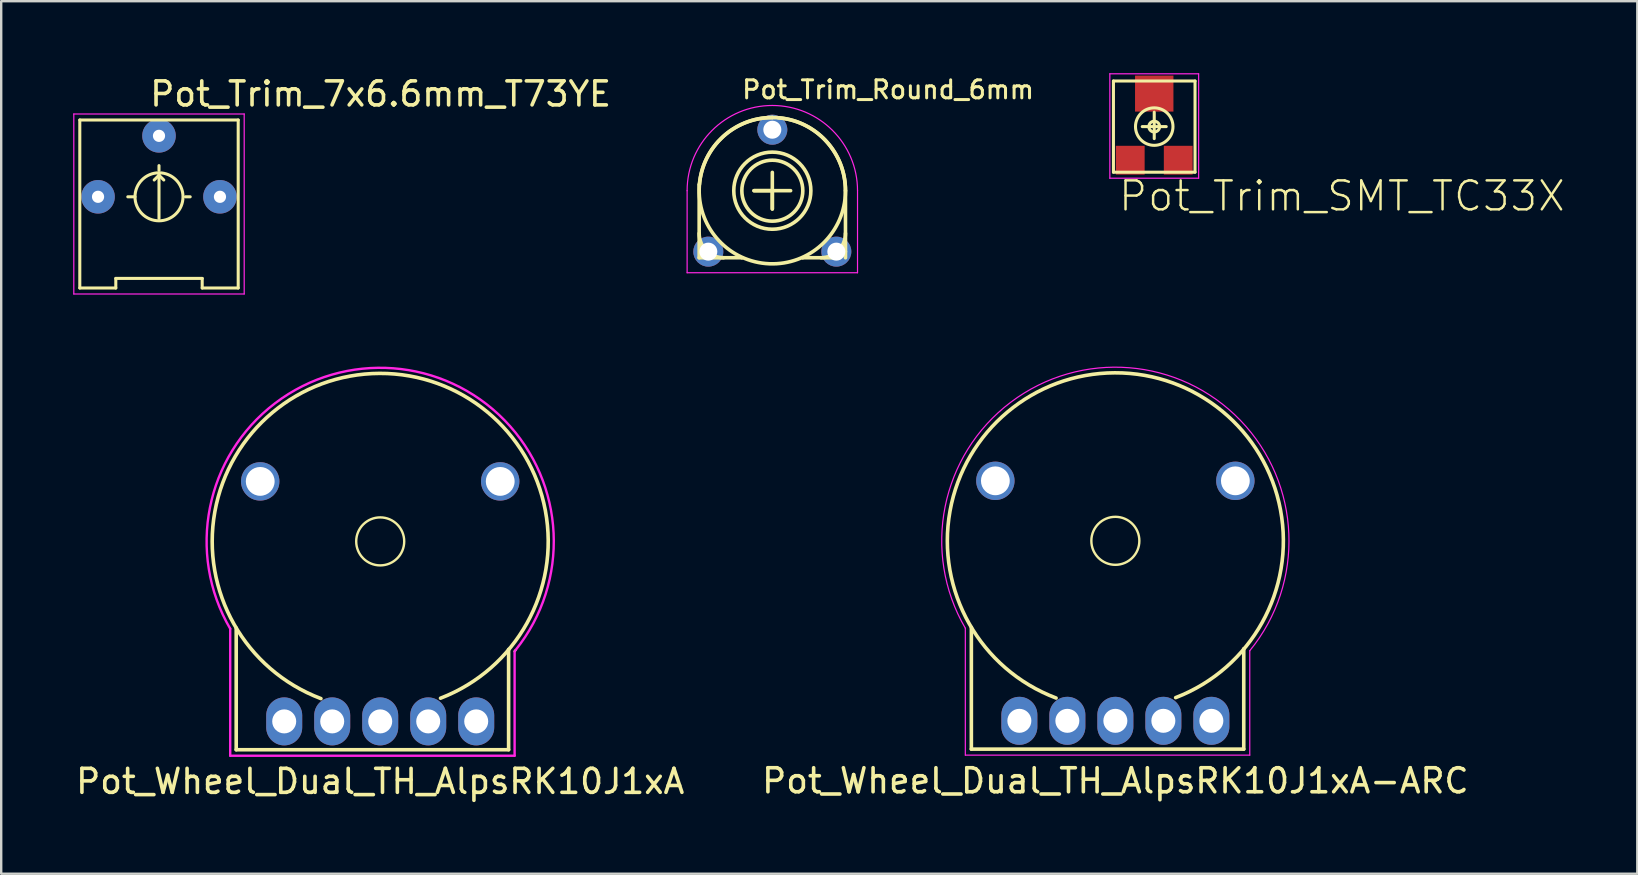
<source format=kicad_pcb>
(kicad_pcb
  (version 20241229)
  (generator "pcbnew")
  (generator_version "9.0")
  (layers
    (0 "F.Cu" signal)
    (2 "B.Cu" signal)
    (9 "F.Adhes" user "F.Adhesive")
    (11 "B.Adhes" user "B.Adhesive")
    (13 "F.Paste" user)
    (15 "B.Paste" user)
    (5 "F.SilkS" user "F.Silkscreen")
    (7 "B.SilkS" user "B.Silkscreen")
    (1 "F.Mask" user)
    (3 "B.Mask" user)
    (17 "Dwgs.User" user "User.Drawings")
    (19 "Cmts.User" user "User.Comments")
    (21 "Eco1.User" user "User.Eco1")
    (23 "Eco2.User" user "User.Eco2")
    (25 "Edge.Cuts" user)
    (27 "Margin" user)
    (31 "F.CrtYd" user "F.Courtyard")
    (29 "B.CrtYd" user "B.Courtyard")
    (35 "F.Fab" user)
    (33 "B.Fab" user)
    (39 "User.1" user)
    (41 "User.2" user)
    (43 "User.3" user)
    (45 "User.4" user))
  (footprint "Pot_Trim_Round_6mm"
    (layer "F.Cu")
    (at 29.13 4.895)
    (property "Reference" "Pot_Trim_Round_6mm" (at -1.33 -3.77 0) (layer "F.SilkS") (effects (font (size 0.75 0.75) (thickness 0.125)) (justify left bottom)))
    (attr through_hole)
    (fp_line (start -3.048 2.794) (end -3.048 -0.254) (stroke (width 0.15) (type solid)) (layer "F.SilkS"))
    (fp_line (start -3.048 2.794) (end -1.27 2.794) (stroke (width 0.15) (type solid)) (layer "F.SilkS"))
    (fp_line (start -1.27 2.794) (end -1.27 2.794) (stroke (width 0.15) (type solid)) (layer "F.SilkS"))
    (fp_line (start -0.762 0) (end 0.762 0) (stroke (width 0.15) (type solid)) (layer "F.SilkS"))
    (fp_line (start 0 -0.762) (end 0 0.762) (stroke (width 0.15) (type solid)) (layer "F.SilkS"))
    (fp_line (start 0 0) (end -0.762 0) (stroke (width 0.15) (type solid)) (layer "F.SilkS"))
    (fp_line (start 0 0.762) (end 0 0) (stroke (width 0.15) (type solid)) (layer "F.SilkS"))
    (fp_line (start 1.27 2.794) (end 1.27 2.794) (stroke (width 0.15) (type solid)) (layer "F.SilkS"))
    (fp_line (start 2.794 2.794) (end 1.27 2.794) (stroke (width 0.15) (type solid)) (layer "F.SilkS"))
    (fp_line (start 3.048 0) (end 3.048 2.54) (stroke (width 0.15) (type solid)) (layer "F.SilkS"))
    (fp_line (start 3.048 2.54) (end 3.048 2.794) (stroke (width 0.15) (type solid)) (layer "F.SilkS"))
    (fp_arc (start -3.037471 -0.253123) (mid -2.063829 -2.242969) (end 0 -3.048) (stroke (width 0.15) (type solid)) (layer "F.SilkS"))
    (fp_arc (start -2.032 2.794) (mid -2.75042 2.49642) (end -3.048 1.778) (stroke (width 0.15) (type solid)) (layer "F.SilkS"))
    (fp_arc (start 0 -3.048) (mid 2.155261 -2.155261) (end 3.048 0) (stroke (width 0.15) (type solid)) (layer "F.SilkS"))
    (fp_arc (start 0.253123 -3.037471) (mid -0.126671 3.045366) (end 0 -3.048) (stroke (width 0.15) (type solid)) (layer "F.SilkS"))
    (fp_arc (start 3.048 1.778) (mid 2.75042 2.49642) (end 2.032 2.794) (stroke (width 0.15) (type solid)) (layer "F.SilkS"))
    (fp_circle (center 0 0) (end 0.508 1.524) (stroke (width 0.15) (type solid)) (fill no) (layer "F.SilkS"))
    (fp_circle (center 0 0) (end 0.762 1.016) (stroke (width 0.15) (type solid)) (fill no) (layer "F.SilkS"))
    (fp_line (start -3.55 3.42) (end -3.55 0) (stroke (width 0.05) (type solid)) (layer "F.CrtYd"))
    (fp_line (start -3.55 3.42) (end 3.55 3.42) (stroke (width 0.05) (type solid)) (layer "F.CrtYd"))
    (fp_line (start 3.55 3.42) (end 3.55 0) (stroke (width 0.05) (type solid)) (layer "F.CrtYd"))
    (fp_arc (start -3.55 0) (mid 0 -3.55) (end 3.55 0) (stroke (width 0.05) (type solid)) (layer "F.CrtYd"))
    (pad "1" thru_hole circle (at -2.667 2.54) (size 1.25 1.25) (drill 0.75) (layers "*.Cu" "*.Mask"))
    (pad "2" thru_hole circle (at 0 -2.54) (size 1.25 1.25) (drill 0.75) (layers "*.Cu" "*.Mask"))
    (pad "3" thru_hole circle (at 2.667 2.54) (size 1.25 1.25) (drill 0.75) (layers "*.Cu" "*.Mask")))
  (footprint "Pot_Trim_7x6.6mm_T73YE"
    (layer "F.Cu")
    (at 3.575 5.15)
    (property "Reference" "Pot_Trim_7x6.6mm_T73YE" (at -0.46 -3.7 0) (layer "F.SilkS") (effects (font (size 1 1) (thickness 0.15)) (justify left bottom)))
    (attr through_hole)
    (fp_line (start -3.3 -3.2) (end -3.3 3.8) (stroke (width 0.127) (type solid)) (layer "F.SilkS"))
    (fp_line (start -3.3 3.8) (end -1.8 3.8) (stroke (width 0.127) (type solid)) (layer "F.SilkS"))
    (fp_line (start -1.8 3.4) (end 1.8 3.4) (stroke (width 0.127) (type solid)) (layer "F.SilkS"))
    (fp_line (start -1.8 3.8) (end -1.8 3.4) (stroke (width 0.127) (type solid)) (layer "F.SilkS"))
    (fp_line (start -1 0) (end -1.3 0) (stroke (width 0.127) (type solid)) (layer "F.SilkS"))
    (fp_line (start 0 -1.1) (end 0 -1.3) (stroke (width 0.127) (type solid)) (layer "F.SilkS"))
    (fp_line (start 0 -0.9) (end -0.2 -0.7) (stroke (width 0.127) (type solid)) (layer "F.SilkS"))
    (fp_line (start 0 -0.9) (end 0.2 -0.7) (stroke (width 0.127) (type solid)) (layer "F.SilkS"))
    (fp_line (start 0 0.9) (end 0 -0.9) (stroke (width 0.127) (type solid)) (layer "F.SilkS"))
    (fp_line (start 1.1 0) (end 1.3 0) (stroke (width 0.127) (type solid)) (layer "F.SilkS"))
    (fp_line (start 1.8 3.4) (end 1.8 3.8) (stroke (width 0.127) (type solid)) (layer "F.SilkS"))
    (fp_line (start 1.8 3.8) (end 3.3 3.8) (stroke (width 0.127) (type solid)) (layer "F.SilkS"))
    (fp_line (start 3.3 -3.2) (end -3.3 -3.2) (stroke (width 0.127) (type solid)) (layer "F.SilkS"))
    (fp_line (start 3.3 3.8) (end 3.3 -3.2) (stroke (width 0.127) (type solid)) (layer "F.SilkS"))
    (fp_circle (center 0 0) (end 1 0) (stroke (width 0.127) (type solid)) (fill no) (layer "F.SilkS"))
    (fp_line (start -3.55 -3.45) (end -3.55 4.05) (stroke (width 0.05) (type solid)) (layer "F.CrtYd"))
    (fp_line (start -3.55 4.05) (end 3.55 4.05) (stroke (width 0.05) (type solid)) (layer "F.CrtYd"))
    (fp_line (start 3.55 -3.45) (end -3.55 -3.45) (stroke (width 0.05) (type solid)) (layer "F.CrtYd"))
    (fp_line (start 3.55 4.05) (end 3.55 -3.45) (stroke (width 0.05) (type solid)) (layer "F.CrtYd"))
    (pad "1" thru_hole circle (at -2.54 0) (size 1.397 1.397) (drill 0.508) (layers "*.Cu" "*.Mask"))
    (pad "2" thru_hole circle (at 0 -2.54) (size 1.397 1.397) (drill 0.508) (layers "*.Cu" "*.Mask"))
    (pad "3" thru_hole circle (at 2.54 0) (size 1.397 1.397) (drill 0.508) (layers "*.Cu" "*.Mask")))
  (footprint "Pot_Wheel_Dual_TH_AlpsRK10J1xA"
    (layer "F.Cu")
    (at 12.792 19.508)
    (property "Reference" "Pot_Wheel_Dual_TH_AlpsRK10J1xA" (at 0 10 0) (layer "F.SilkS") (effects (font (size 1 1) (thickness 0.15))))
    (attr through_hole)
    (fp_line (start -6 8.68) (end -6 3.609) (stroke (width 0.15) (type solid)) (layer "F.SilkS"))
    (fp_line (start 5.35 4.5) (end 5.35 8.68) (stroke (width 0.15) (type solid)) (layer "F.SilkS"))
    (fp_line (start 5.35 8.68) (end -6 8.68) (stroke (width 0.15) (type solid)) (layer "F.SilkS"))
    (fp_line (start 5.6 4.58) (end 5.639 4.531) (stroke (width 0.1) (type solid)) (layer "F.SilkS"))
    (fp_arc (start -2.469999 6.549999) (mid -0.023041 -7.000204) (end 2.513063 6.533598) (stroke (width 0.15) (type solid)) (layer "F.SilkS"))
    (fp_circle (center 0 0) (end 1 0) (stroke (width 0.1) (type solid)) (fill no) (layer "F.SilkS"))
    (fp_line (start -6.25 8.93) (end -6.25 3.64) (stroke (width 0.1) (type solid)) (layer "F.CrtYd"))
    (fp_line (start 5.6 4.58) (end 5.6 8.93) (stroke (width 0.1) (type solid)) (layer "F.CrtYd"))
    (fp_line (start 5.6 8.93) (end -6.25 8.93) (stroke (width 0.1) (type solid)) (layer "F.CrtYd"))
    (fp_arc (start -6.25 3.64) (mid 0.54022 -7.212507) (end 5.638032 4.530418) (stroke (width 0.1) (type solid)) (layer "F.CrtYd"))
    (pad "" thru_hole oval (at -5 -2.5) (size 1.6 1.6) (drill 1.2) (layers "*.Cu" "*.Mask"))
    (pad "" thru_hole oval (at 5 -2.5) (size 1.6 1.6) (drill 1.2) (layers "*.Cu" "*.Mask"))
    (pad "1" thru_hole oval (at -4 7.5) (size 1.5 2) (drill 1) (layers "*.Cu" "*.Mask"))
    (pad "2" thru_hole oval (at -2 7.5) (size 1.5 2) (drill 1) (layers "*.Cu" "*.Mask"))
    (pad "3" thru_hole oval (at 0 7.5) (size 1.5 2) (drill 1) (layers "*.Cu" "*.Mask"))
    (pad "4" thru_hole oval (at 2 7.5) (size 1.5 2) (drill 1) (layers "*.Cu" "*.Mask"))
    (pad "5" thru_hole oval (at 4 7.5) (size 1.5 2) (drill 1) (layers "*.Cu" "*.Mask")))
  (footprint "Pot_Trim_SMT_TC33X"
    (layer "F.Cu")
    (at 45.043 2.225)
    (property "Reference" "Pot_Trim_SMT_TC33X" (at -1.55 3.6 0) (layer "F.SilkS") (effects (font (size 1.206 1.206) (thickness 0.102)) (justify left bottom)))
    (attr through_hole)
    (fp_line (start -1.7 -1.9) (end 1.7 -1.9) (stroke (width 0.127) (type solid)) (layer "F.SilkS"))
    (fp_line (start -1.7 1.9) (end -1.7 -1.9) (stroke (width 0.127) (type solid)) (layer "F.SilkS"))
    (fp_line (start -0.5 0) (end 0.5 0) (stroke (width 0.127) (type solid)) (layer "F.SilkS"))
    (fp_line (start 0 -0.6) (end 0 0.5) (stroke (width 0.127) (type solid)) (layer "F.SilkS"))
    (fp_line (start 1.7 -1.9) (end 1.7 1.9) (stroke (width 0.127) (type solid)) (layer "F.SilkS"))
    (fp_line (start 1.7 1.9) (end -1.7 1.9) (stroke (width 0.127) (type solid)) (layer "F.SilkS"))
    (fp_circle (center 0 0) (end 0.224 0) (stroke (width 0.127) (type solid)) (fill no) (layer "F.SilkS"))
    (fp_circle (center 0 0) (end 0.781 0) (stroke (width 0.127) (type solid)) (fill no) (layer "F.SilkS"))
    (fp_line (start -1.85 -2.2) (end -1.85 2.15) (stroke (width 0.05) (type solid)) (layer "F.CrtYd"))
    (fp_line (start -1.85 2.15) (end 1.85 2.15) (stroke (width 0.05) (type solid)) (layer "F.CrtYd"))
    (fp_line (start 1.85 -2.2) (end -1.85 -2.2) (stroke (width 0.05) (type solid)) (layer "F.CrtYd"))
    (fp_line (start 1.85 2.15) (end 1.85 -2.2) (stroke (width 0.05) (type solid)) (layer "F.CrtYd"))
    (pad "1" smd rect (at -1 1.4) (size 1.2 1.2) (layers "F.Cu" "F.Mask" "F.Paste"))
    (pad "2" smd rect (at 0 -1.375) (size 1.6 1.5) (layers "F.Cu" "F.Mask" "F.Paste"))
    (pad "3" smd rect (at 1 1.4) (size 1.2 1.2) (layers "F.Cu" "F.Mask" "F.Paste")))
  (footprint "Pot_Wheel_Dual_TH_AlpsRK10J1xA-ARC"
    (layer "F.Cu")
    (at 43.423 19.484)
    (property "Reference" "Pot_Wheel_Dual_TH_AlpsRK10J1xA-ARC" (at 0 10 0) (layer "F.SilkS") (effects (font (size 1 1) (thickness 0.15))))
    (attr through_hole)
    (fp_line (start -6 8.68) (end -6 3.609) (stroke (width 0.15) (type solid)) (layer "F.SilkS"))
    (fp_line (start 5.35 4.5) (end 5.35 8.68) (stroke (width 0.15) (type solid)) (layer "F.SilkS"))
    (fp_line (start 5.35 8.68) (end -6 8.68) (stroke (width 0.15) (type solid)) (layer "F.SilkS"))
    (fp_arc (start -2.469999 6.549999) (mid -0.023041 -7.000204) (end 2.513063 6.533598) (stroke (width 0.15) (type solid)) (layer "F.SilkS"))
    (fp_circle (center 0 0) (end 1 0) (stroke (width 0.1) (type solid)) (fill no) (layer "F.SilkS"))
    (fp_line (start -6.251 8.93) (end -6.251 3.641) (stroke (width 0.05) (type solid)) (layer "F.CrtYd"))
    (fp_line (start 5.6 4.58) (end 5.6 8.93) (stroke (width 0.05) (type solid)) (layer "F.CrtYd"))
    (fp_line (start 5.6 8.93) (end -6.25 8.93) (stroke (width 0.05) (type solid)) (layer "F.CrtYd"))
    (fp_arc (start -6.25145 3.640845) (mid 0.571489 -7.211781) (end 5.599999 4.579999) (stroke (width 0.05) (type solid)) (layer "F.CrtYd"))
    (pad "" thru_hole oval (at -5 -2.5) (size 1.6 1.6) (drill 1.2) (layers "*.Cu" "*.Mask"))
    (pad "" thru_hole oval (at 5 -2.5) (size 1.6 1.6) (drill 1.2) (layers "*.Cu" "*.Mask"))
    (pad "1" thru_hole oval (at -4 7.5) (size 1.5 2) (drill 1) (layers "*.Cu" "*.Mask"))
    (pad "2" thru_hole oval (at -2 7.5) (size 1.5 2) (drill 1) (layers "*.Cu" "*.Mask"))
    (pad "3" thru_hole oval (at 0 7.5) (size 1.5 2) (drill 1) (layers "*.Cu" "*.Mask"))
    (pad "4" thru_hole oval (at 2 7.5) (size 1.5 2) (drill 1) (layers "*.Cu" "*.Mask"))
    (pad "5" thru_hole oval (at 4 7.5) (size 1.5 2) (drill 1) (layers "*.Cu" "*.Mask")))
  (gr_rect
    (start -3 -3)
    (end 65.171 33.356)
    (stroke (width 0.1) (type default))
    (fill no)
    (layer "Edge.Cuts")))
</source>
